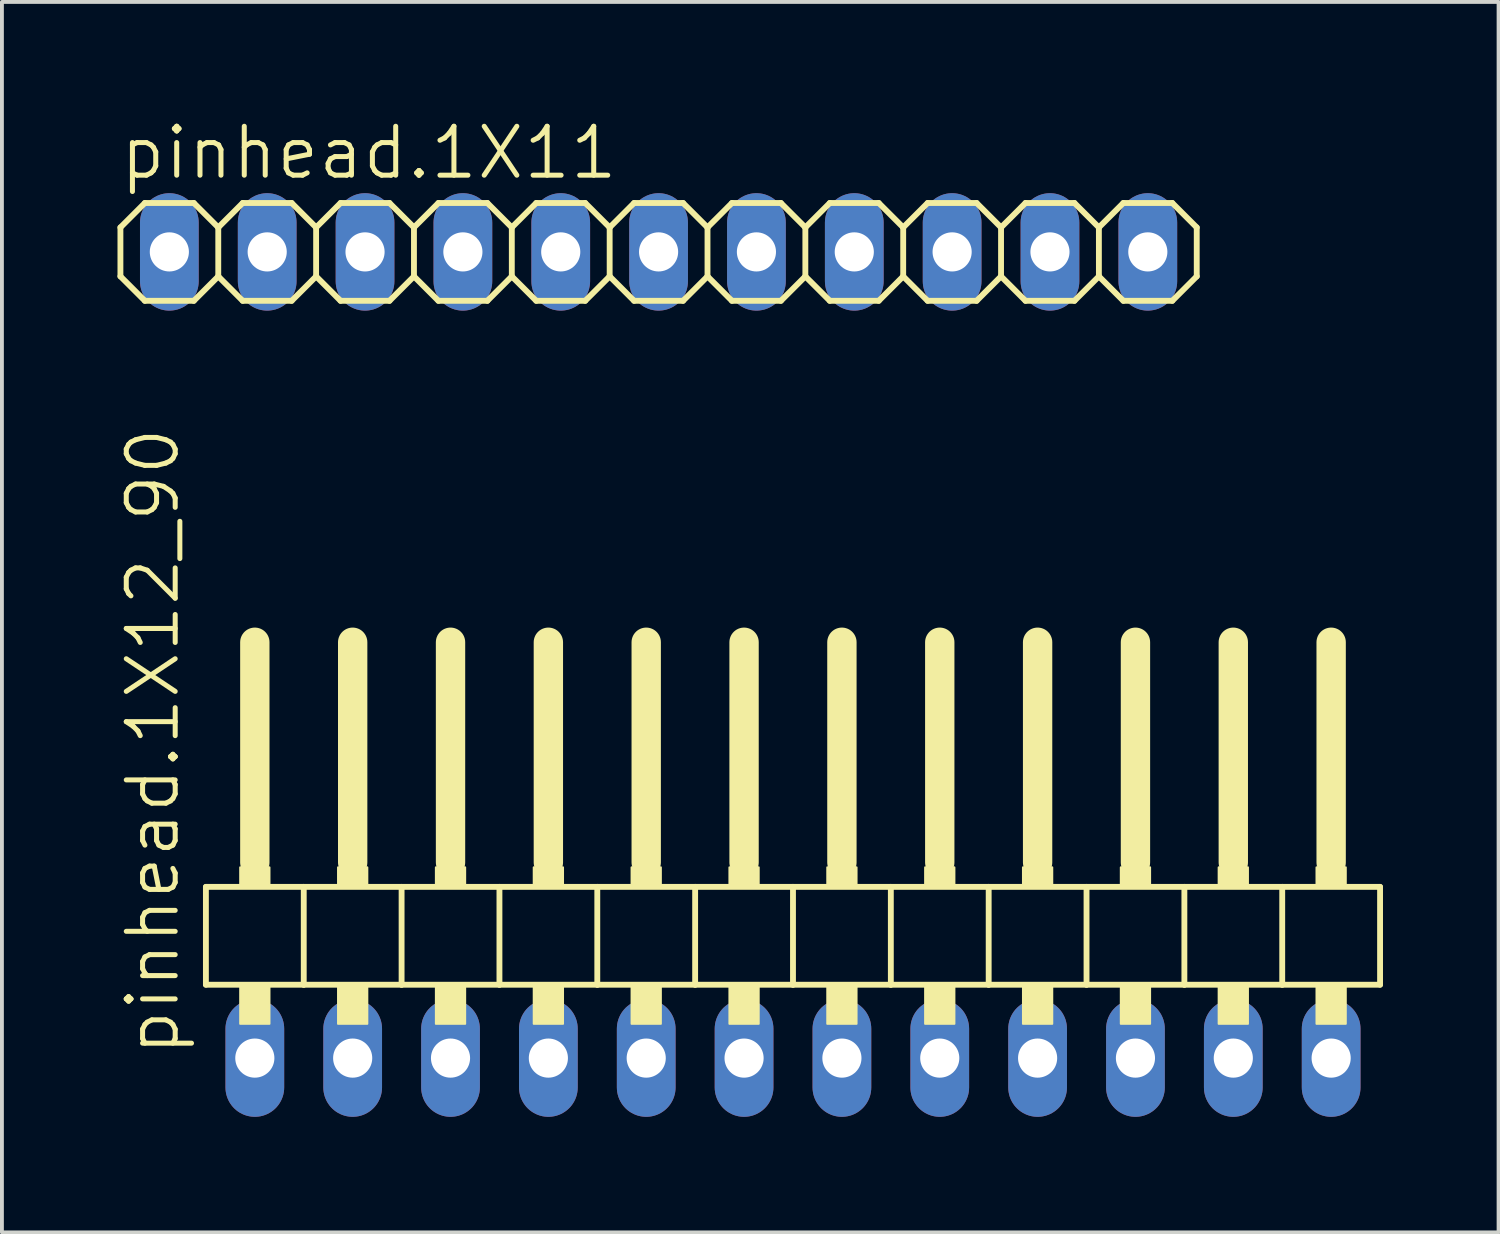
<source format=kicad_pcb>
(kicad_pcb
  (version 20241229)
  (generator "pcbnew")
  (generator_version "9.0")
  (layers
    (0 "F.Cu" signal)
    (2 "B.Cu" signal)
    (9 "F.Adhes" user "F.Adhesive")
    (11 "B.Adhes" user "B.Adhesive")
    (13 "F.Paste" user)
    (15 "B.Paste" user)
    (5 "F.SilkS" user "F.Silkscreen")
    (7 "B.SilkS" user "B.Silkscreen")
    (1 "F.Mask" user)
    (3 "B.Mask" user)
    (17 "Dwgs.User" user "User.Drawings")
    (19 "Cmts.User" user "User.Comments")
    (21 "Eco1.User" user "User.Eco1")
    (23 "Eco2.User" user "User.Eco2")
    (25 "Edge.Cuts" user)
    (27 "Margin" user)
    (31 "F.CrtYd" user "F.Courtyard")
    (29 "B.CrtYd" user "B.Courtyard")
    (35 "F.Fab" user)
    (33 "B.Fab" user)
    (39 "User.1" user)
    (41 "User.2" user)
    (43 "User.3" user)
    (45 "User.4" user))
  (footprint "pinhead.1X11"
    (layer "F.Cu")
    (at 14.046 3.489)
    (property "Reference" "pinhead.1X11" (at -14.046 -1.829 0) (layer "F.SilkS") (effects (font (size 1.27 1.27) (thickness 0.13)) (justify left bottom)))
    (attr through_hole)
    (fp_line (start -13.97 -0.635) (end -13.97 0.635) (stroke (width 0.152) (type default)) (layer "F.SilkS"))
    (fp_line (start -13.97 0.635) (end -13.335 1.27) (stroke (width 0.152) (type default)) (layer "F.SilkS"))
    (fp_line (start -13.335 -1.27) (end -13.97 -0.635) (stroke (width 0.152) (type default)) (layer "F.SilkS"))
    (fp_line (start -13.335 -1.27) (end -12.065 -1.27) (stroke (width 0.152) (type default)) (layer "F.SilkS"))
    (fp_line (start -12.065 -1.27) (end -11.43 -0.635) (stroke (width 0.152) (type default)) (layer "F.SilkS"))
    (fp_line (start -12.065 1.27) (end -13.335 1.27) (stroke (width 0.152) (type default)) (layer "F.SilkS"))
    (fp_line (start -11.43 -0.635) (end -11.43 0.635) (stroke (width 0.152) (type default)) (layer "F.SilkS"))
    (fp_line (start -11.43 -0.635) (end -10.795 -1.27) (stroke (width 0.152) (type default)) (layer "F.SilkS"))
    (fp_line (start -11.43 0.635) (end -12.065 1.27) (stroke (width 0.152) (type default)) (layer "F.SilkS"))
    (fp_line (start -10.795 -1.27) (end -9.525 -1.27) (stroke (width 0.152) (type default)) (layer "F.SilkS"))
    (fp_line (start -10.795 1.27) (end -11.43 0.635) (stroke (width 0.152) (type default)) (layer "F.SilkS"))
    (fp_line (start -9.525 -1.27) (end -8.89 -0.635) (stroke (width 0.152) (type default)) (layer "F.SilkS"))
    (fp_line (start -9.525 1.27) (end -10.795 1.27) (stroke (width 0.152) (type default)) (layer "F.SilkS"))
    (fp_line (start -8.89 -0.635) (end -8.89 0.635) (stroke (width 0.152) (type default)) (layer "F.SilkS"))
    (fp_line (start -8.89 -0.635) (end -8.255 -1.27) (stroke (width 0.152) (type default)) (layer "F.SilkS"))
    (fp_line (start -8.89 0.635) (end -9.525 1.27) (stroke (width 0.152) (type default)) (layer "F.SilkS"))
    (fp_line (start -8.255 -1.27) (end -6.985 -1.27) (stroke (width 0.152) (type default)) (layer "F.SilkS"))
    (fp_line (start -8.255 1.27) (end -8.89 0.635) (stroke (width 0.152) (type default)) (layer "F.SilkS"))
    (fp_line (start -6.985 -1.27) (end -6.35 -0.635) (stroke (width 0.152) (type default)) (layer "F.SilkS"))
    (fp_line (start -6.985 1.27) (end -8.255 1.27) (stroke (width 0.152) (type default)) (layer "F.SilkS"))
    (fp_line (start -6.35 -0.635) (end -6.35 0.635) (stroke (width 0.152) (type default)) (layer "F.SilkS"))
    (fp_line (start -6.35 0.635) (end -6.985 1.27) (stroke (width 0.152) (type default)) (layer "F.SilkS"))
    (fp_line (start -6.35 0.635) (end -5.715 1.27) (stroke (width 0.152) (type default)) (layer "F.SilkS"))
    (fp_line (start -5.715 -1.27) (end -6.35 -0.635) (stroke (width 0.152) (type default)) (layer "F.SilkS"))
    (fp_line (start -5.715 -1.27) (end -4.445 -1.27) (stroke (width 0.152) (type default)) (layer "F.SilkS"))
    (fp_line (start -4.445 -1.27) (end -3.81 -0.635) (stroke (width 0.152) (type default)) (layer "F.SilkS"))
    (fp_line (start -4.445 1.27) (end -5.715 1.27) (stroke (width 0.152) (type default)) (layer "F.SilkS"))
    (fp_line (start -3.81 -0.635) (end -3.81 0.635) (stroke (width 0.152) (type default)) (layer "F.SilkS"))
    (fp_line (start -3.81 -0.635) (end -3.175 -1.27) (stroke (width 0.152) (type default)) (layer "F.SilkS"))
    (fp_line (start -3.81 0.635) (end -4.445 1.27) (stroke (width 0.152) (type default)) (layer "F.SilkS"))
    (fp_line (start -3.175 -1.27) (end -1.905 -1.27) (stroke (width 0.152) (type default)) (layer "F.SilkS"))
    (fp_line (start -3.175 1.27) (end -3.81 0.635) (stroke (width 0.152) (type default)) (layer "F.SilkS"))
    (fp_line (start -1.905 -1.27) (end -1.27 -0.635) (stroke (width 0.152) (type default)) (layer "F.SilkS"))
    (fp_line (start -1.905 1.27) (end -3.175 1.27) (stroke (width 0.152) (type default)) (layer "F.SilkS"))
    (fp_line (start -1.27 -0.635) (end -1.27 0.635) (stroke (width 0.152) (type default)) (layer "F.SilkS"))
    (fp_line (start -1.27 -0.635) (end -0.635 -1.27) (stroke (width 0.152) (type default)) (layer "F.SilkS"))
    (fp_line (start -1.27 0.635) (end -1.905 1.27) (stroke (width 0.152) (type default)) (layer "F.SilkS"))
    (fp_line (start -0.635 -1.27) (end 0.635 -1.27) (stroke (width 0.152) (type default)) (layer "F.SilkS"))
    (fp_line (start -0.635 1.27) (end -1.27 0.635) (stroke (width 0.152) (type default)) (layer "F.SilkS"))
    (fp_line (start 0.635 -1.27) (end 1.27 -0.635) (stroke (width 0.152) (type default)) (layer "F.SilkS"))
    (fp_line (start 0.635 1.27) (end -0.635 1.27) (stroke (width 0.152) (type default)) (layer "F.SilkS"))
    (fp_line (start 1.27 -0.635) (end 1.27 0.635) (stroke (width 0.152) (type default)) (layer "F.SilkS"))
    (fp_line (start 1.27 0.635) (end 0.635 1.27) (stroke (width 0.152) (type default)) (layer "F.SilkS"))
    (fp_line (start 1.27 0.635) (end 1.905 1.27) (stroke (width 0.152) (type default)) (layer "F.SilkS"))
    (fp_line (start 1.905 -1.27) (end 1.27 -0.635) (stroke (width 0.152) (type default)) (layer "F.SilkS"))
    (fp_line (start 1.905 -1.27) (end 3.175 -1.27) (stroke (width 0.152) (type default)) (layer "F.SilkS"))
    (fp_line (start 3.175 -1.27) (end 3.81 -0.635) (stroke (width 0.152) (type default)) (layer "F.SilkS"))
    (fp_line (start 3.175 1.27) (end 1.905 1.27) (stroke (width 0.152) (type default)) (layer "F.SilkS"))
    (fp_line (start 3.81 -0.635) (end 3.81 0.635) (stroke (width 0.152) (type default)) (layer "F.SilkS"))
    (fp_line (start 3.81 -0.635) (end 4.445 -1.27) (stroke (width 0.152) (type default)) (layer "F.SilkS"))
    (fp_line (start 3.81 0.635) (end 3.175 1.27) (stroke (width 0.152) (type default)) (layer "F.SilkS"))
    (fp_line (start 4.445 -1.27) (end 5.715 -1.27) (stroke (width 0.152) (type default)) (layer "F.SilkS"))
    (fp_line (start 4.445 1.27) (end 3.81 0.635) (stroke (width 0.152) (type default)) (layer "F.SilkS"))
    (fp_line (start 5.715 -1.27) (end 6.35 -0.635) (stroke (width 0.152) (type default)) (layer "F.SilkS"))
    (fp_line (start 5.715 1.27) (end 4.445 1.27) (stroke (width 0.152) (type default)) (layer "F.SilkS"))
    (fp_line (start 6.35 -0.635) (end 6.35 0.635) (stroke (width 0.152) (type default)) (layer "F.SilkS"))
    (fp_line (start 6.35 -0.635) (end 6.985 -1.27) (stroke (width 0.152) (type default)) (layer "F.SilkS"))
    (fp_line (start 6.35 0.635) (end 5.715 1.27) (stroke (width 0.152) (type default)) (layer "F.SilkS"))
    (fp_line (start 6.985 -1.27) (end 8.255 -1.27) (stroke (width 0.152) (type default)) (layer "F.SilkS"))
    (fp_line (start 6.985 1.27) (end 6.35 0.635) (stroke (width 0.152) (type default)) (layer "F.SilkS"))
    (fp_line (start 8.255 -1.27) (end 8.89 -0.635) (stroke (width 0.152) (type default)) (layer "F.SilkS"))
    (fp_line (start 8.255 1.27) (end 6.985 1.27) (stroke (width 0.152) (type default)) (layer "F.SilkS"))
    (fp_line (start 8.89 -0.635) (end 8.89 0.635) (stroke (width 0.152) (type default)) (layer "F.SilkS"))
    (fp_line (start 8.89 0.635) (end 8.255 1.27) (stroke (width 0.152) (type default)) (layer "F.SilkS"))
    (fp_line (start 8.89 0.635) (end 9.525 1.27) (stroke (width 0.152) (type default)) (layer "F.SilkS"))
    (fp_line (start 9.525 -1.27) (end 8.89 -0.635) (stroke (width 0.152) (type default)) (layer "F.SilkS"))
    (fp_line (start 9.525 -1.27) (end 10.795 -1.27) (stroke (width 0.152) (type default)) (layer "F.SilkS"))
    (fp_line (start 10.795 -1.27) (end 11.43 -0.635) (stroke (width 0.152) (type default)) (layer "F.SilkS"))
    (fp_line (start 10.795 1.27) (end 9.525 1.27) (stroke (width 0.152) (type default)) (layer "F.SilkS"))
    (fp_line (start 11.43 -0.635) (end 11.43 0.635) (stroke (width 0.152) (type default)) (layer "F.SilkS"))
    (fp_line (start 11.43 0.635) (end 10.795 1.27) (stroke (width 0.152) (type default)) (layer "F.SilkS"))
    (fp_line (start 11.43 0.635) (end 12.065 1.27) (stroke (width 0.152) (type default)) (layer "F.SilkS"))
    (fp_line (start 12.065 -1.27) (end 11.43 -0.635) (stroke (width 0.152) (type default)) (layer "F.SilkS"))
    (fp_line (start 12.065 -1.27) (end 13.335 -1.27) (stroke (width 0.152) (type default)) (layer "F.SilkS"))
    (fp_line (start 13.335 -1.27) (end 13.97 -0.635) (stroke (width 0.152) (type default)) (layer "F.SilkS"))
    (fp_line (start 13.335 1.27) (end 12.065 1.27) (stroke (width 0.152) (type default)) (layer "F.SilkS"))
    (fp_line (start 13.97 -0.635) (end 13.97 0.635) (stroke (width 0.152) (type default)) (layer "F.SilkS"))
    (fp_line (start 13.97 0.635) (end 13.335 1.27) (stroke (width 0.152) (type default)) (layer "F.SilkS"))
    (fp_rect (start -12.954 0.254) (end -12.446 -0.254) (stroke (width 0.05) (type default)) (fill no) (layer "F.Fab"))
    (fp_rect (start -10.414 0.254) (end -9.906 -0.254) (stroke (width 0.05) (type default)) (fill no) (layer "F.Fab"))
    (fp_rect (start -7.874 0.254) (end -7.366 -0.254) (stroke (width 0.05) (type default)) (fill no) (layer "F.Fab"))
    (fp_rect (start -5.334 0.254) (end -4.826 -0.254) (stroke (width 0.05) (type default)) (fill no) (layer "F.Fab"))
    (fp_rect (start -2.794 0.254) (end -2.286 -0.254) (stroke (width 0.05) (type default)) (fill no) (layer "F.Fab"))
    (fp_rect (start -0.254 0.254) (end 0.254 -0.254) (stroke (width 0.05) (type default)) (fill no) (layer "F.Fab"))
    (fp_rect (start 2.286 0.254) (end 2.794 -0.254) (stroke (width 0.05) (type default)) (fill no) (layer "F.Fab"))
    (fp_rect (start 4.826 0.254) (end 5.334 -0.254) (stroke (width 0.05) (type default)) (fill no) (layer "F.Fab"))
    (fp_rect (start 7.366 0.254) (end 7.874 -0.254) (stroke (width 0.05) (type default)) (fill no) (layer "F.Fab"))
    (fp_rect (start 9.906 0.254) (end 10.414 -0.254) (stroke (width 0.05) (type default)) (fill no) (layer "F.Fab"))
    (fp_rect (start 12.446 0.254) (end 12.954 -0.254) (stroke (width 0.05) (type default)) (fill no) (layer "F.Fab"))
    (pad "1" thru_hole oval (at -12.7 0 90) (size 3.048 1.524) (drill 1.016) (layers "*.Cu" "*.Mask"))
    (pad "2" thru_hole oval (at -10.16 0 90) (size 3.048 1.524) (drill 1.016) (layers "*.Cu" "*.Mask"))
    (pad "3" thru_hole oval (at -7.62 0 90) (size 3.048 1.524) (drill 1.016) (layers "*.Cu" "*.Mask"))
    (pad "4" thru_hole oval (at -5.08 0 90) (size 3.048 1.524) (drill 1.016) (layers "*.Cu" "*.Mask"))
    (pad "5" thru_hole oval (at -2.54 0 90) (size 3.048 1.524) (drill 1.016) (layers "*.Cu" "*.Mask"))
    (pad "6" thru_hole oval (at 0 0 90) (size 3.048 1.524) (drill 1.016) (layers "*.Cu" "*.Mask"))
    (pad "7" thru_hole oval (at 2.54 0 90) (size 3.048 1.524) (drill 1.016) (layers "*.Cu" "*.Mask"))
    (pad "8" thru_hole oval (at 5.08 0 90) (size 3.048 1.524) (drill 1.016) (layers "*.Cu" "*.Mask"))
    (pad "9" thru_hole oval (at 7.62 0 90) (size 3.048 1.524) (drill 1.016) (layers "*.Cu" "*.Mask"))
    (pad "10" thru_hole oval (at 10.16 0 90) (size 3.048 1.524) (drill 1.016) (layers "*.Cu" "*.Mask"))
    (pad "11" thru_hole oval (at 12.7 0 90) (size 3.048 1.524) (drill 1.016) (layers "*.Cu" "*.Mask")))
  (footprint "pinhead.1X12_90"
    (layer "F.Cu")
    (at 17.535 20.607)
    (property "Reference" "pinhead.1X12_90" (at -15.875 3.81 90) (layer "F.SilkS") (effects (font (size 1.27 1.27) (thickness 0.13)) (justify left bottom)))
    (attr through_hole)
    (fp_line (start -15.24 -0.635) (end -15.24 1.905) (stroke (width 0.152) (type default)) (layer "F.SilkS"))
    (fp_line (start -15.24 1.905) (end -12.7 1.905) (stroke (width 0.152) (type default)) (layer "F.SilkS"))
    (fp_line (start -13.97 -6.985) (end -13.97 -1.27) (stroke (width 0.762) (type default)) (layer "F.SilkS"))
    (fp_line (start -12.7 -0.635) (end -15.24 -0.635) (stroke (width 0.152) (type default)) (layer "F.SilkS"))
    (fp_line (start -12.7 1.905) (end -12.7 -0.635) (stroke (width 0.152) (type default)) (layer "F.SilkS"))
    (fp_line (start -12.7 1.905) (end -10.16 1.905) (stroke (width 0.152) (type default)) (layer "F.SilkS"))
    (fp_line (start -11.43 -6.985) (end -11.43 -1.27) (stroke (width 0.762) (type default)) (layer "F.SilkS"))
    (fp_line (start -10.16 -0.635) (end -12.7 -0.635) (stroke (width 0.152) (type default)) (layer "F.SilkS"))
    (fp_line (start -10.16 1.905) (end -10.16 -0.635) (stroke (width 0.152) (type default)) (layer "F.SilkS"))
    (fp_line (start -10.16 1.905) (end -7.62 1.905) (stroke (width 0.152) (type default)) (layer "F.SilkS"))
    (fp_line (start -8.89 -6.985) (end -8.89 -1.27) (stroke (width 0.762) (type default)) (layer "F.SilkS"))
    (fp_line (start -7.62 -0.635) (end -10.16 -0.635) (stroke (width 0.152) (type default)) (layer "F.SilkS"))
    (fp_line (start -7.62 1.905) (end -7.62 -0.635) (stroke (width 0.152) (type default)) (layer "F.SilkS"))
    (fp_line (start -7.62 1.905) (end -5.08 1.905) (stroke (width 0.152) (type default)) (layer "F.SilkS"))
    (fp_line (start -6.35 -6.985) (end -6.35 -1.27) (stroke (width 0.762) (type default)) (layer "F.SilkS"))
    (fp_line (start -5.08 -0.635) (end -7.62 -0.635) (stroke (width 0.152) (type default)) (layer "F.SilkS"))
    (fp_line (start -5.08 1.905) (end -5.08 -0.635) (stroke (width 0.152) (type default)) (layer "F.SilkS"))
    (fp_line (start -5.08 1.905) (end -2.54 1.905) (stroke (width 0.152) (type default)) (layer "F.SilkS"))
    (fp_line (start -3.81 -6.985) (end -3.81 -1.27) (stroke (width 0.762) (type default)) (layer "F.SilkS"))
    (fp_line (start -2.54 -0.635) (end -5.08 -0.635) (stroke (width 0.152) (type default)) (layer "F.SilkS"))
    (fp_line (start -2.54 1.905) (end -2.54 -0.635) (stroke (width 0.152) (type default)) (layer "F.SilkS"))
    (fp_line (start -2.54 1.905) (end 0 1.905) (stroke (width 0.152) (type default)) (layer "F.SilkS"))
    (fp_line (start -1.27 -6.985) (end -1.27 -1.27) (stroke (width 0.762) (type default)) (layer "F.SilkS"))
    (fp_line (start 0 -0.635) (end -2.54 -0.635) (stroke (width 0.152) (type default)) (layer "F.SilkS"))
    (fp_line (start 0 1.905) (end 0 -0.635) (stroke (width 0.152) (type default)) (layer "F.SilkS"))
    (fp_line (start 0 1.905) (end 2.54 1.905) (stroke (width 0.152) (type default)) (layer "F.SilkS"))
    (fp_line (start 1.27 -6.985) (end 1.27 -1.27) (stroke (width 0.762) (type default)) (layer "F.SilkS"))
    (fp_line (start 2.54 -0.635) (end 0 -0.635) (stroke (width 0.152) (type default)) (layer "F.SilkS"))
    (fp_line (start 2.54 1.905) (end 2.54 -0.635) (stroke (width 0.152) (type default)) (layer "F.SilkS"))
    (fp_line (start 2.54 1.905) (end 5.08 1.905) (stroke (width 0.152) (type default)) (layer "F.SilkS"))
    (fp_line (start 3.81 -6.985) (end 3.81 -1.27) (stroke (width 0.762) (type default)) (layer "F.SilkS"))
    (fp_line (start 5.08 -0.635) (end 2.54 -0.635) (stroke (width 0.152) (type default)) (layer "F.SilkS"))
    (fp_line (start 5.08 1.905) (end 5.08 -0.635) (stroke (width 0.152) (type default)) (layer "F.SilkS"))
    (fp_line (start 5.08 1.905) (end 7.62 1.905) (stroke (width 0.152) (type default)) (layer "F.SilkS"))
    (fp_line (start 6.35 -6.985) (end 6.35 -1.27) (stroke (width 0.762) (type default)) (layer "F.SilkS"))
    (fp_line (start 7.62 -0.635) (end 5.08 -0.635) (stroke (width 0.152) (type default)) (layer "F.SilkS"))
    (fp_line (start 7.62 1.905) (end 7.62 -0.635) (stroke (width 0.152) (type default)) (layer "F.SilkS"))
    (fp_line (start 7.62 1.905) (end 10.16 1.905) (stroke (width 0.152) (type default)) (layer "F.SilkS"))
    (fp_line (start 8.89 -6.985) (end 8.89 -1.27) (stroke (width 0.762) (type default)) (layer "F.SilkS"))
    (fp_line (start 10.16 -0.635) (end 7.62 -0.635) (stroke (width 0.152) (type default)) (layer "F.SilkS"))
    (fp_line (start 10.16 1.905) (end 10.16 -0.635) (stroke (width 0.152) (type default)) (layer "F.SilkS"))
    (fp_line (start 10.16 1.905) (end 12.7 1.905) (stroke (width 0.152) (type default)) (layer "F.SilkS"))
    (fp_line (start 11.43 -6.985) (end 11.43 -1.27) (stroke (width 0.762) (type default)) (layer "F.SilkS"))
    (fp_line (start 12.7 -0.635) (end 10.16 -0.635) (stroke (width 0.152) (type default)) (layer "F.SilkS"))
    (fp_line (start 12.7 1.905) (end 12.7 -0.635) (stroke (width 0.152) (type default)) (layer "F.SilkS"))
    (fp_line (start 12.7 1.905) (end 15.24 1.905) (stroke (width 0.152) (type default)) (layer "F.SilkS"))
    (fp_line (start 13.97 -6.985) (end 13.97 -1.27) (stroke (width 0.762) (type default)) (layer "F.SilkS"))
    (fp_line (start 15.24 -0.635) (end 12.7 -0.635) (stroke (width 0.152) (type default)) (layer "F.SilkS"))
    (fp_line (start 15.24 1.905) (end 15.24 -0.635) (stroke (width 0.152) (type default)) (layer "F.SilkS"))
    (fp_rect (start -14.351 -0.635) (end -13.589 -1.143) (stroke (width 0.05) (type default)) (fill yes) (layer "F.SilkS"))
    (fp_rect (start -14.351 2.921) (end -13.589 1.905) (stroke (width 0.05) (type default)) (fill yes) (layer "F.SilkS"))
    (fp_rect (start -11.811 -0.635) (end -11.049 -1.143) (stroke (width 0.05) (type default)) (fill yes) (layer "F.SilkS"))
    (fp_rect (start -11.811 2.921) (end -11.049 1.905) (stroke (width 0.05) (type default)) (fill yes) (layer "F.SilkS"))
    (fp_rect (start -9.271 -0.635) (end -8.509 -1.143) (stroke (width 0.05) (type default)) (fill yes) (layer "F.SilkS"))
    (fp_rect (start -9.271 2.921) (end -8.509 1.905) (stroke (width 0.05) (type default)) (fill yes) (layer "F.SilkS"))
    (fp_rect (start -6.731 -0.635) (end -5.969 -1.143) (stroke (width 0.05) (type default)) (fill yes) (layer "F.SilkS"))
    (fp_rect (start -6.731 2.921) (end -5.969 1.905) (stroke (width 0.05) (type default)) (fill yes) (layer "F.SilkS"))
    (fp_rect (start -4.191 -0.635) (end -3.429 -1.143) (stroke (width 0.05) (type default)) (fill yes) (layer "F.SilkS"))
    (fp_rect (start -4.191 2.921) (end -3.429 1.905) (stroke (width 0.05) (type default)) (fill yes) (layer "F.SilkS"))
    (fp_rect (start -1.651 -0.635) (end -0.889 -1.143) (stroke (width 0.05) (type default)) (fill yes) (layer "F.SilkS"))
    (fp_rect (start -1.651 2.921) (end -0.889 1.905) (stroke (width 0.05) (type default)) (fill yes) (layer "F.SilkS"))
    (fp_rect (start 0.889 -0.635) (end 1.651 -1.143) (stroke (width 0.05) (type default)) (fill yes) (layer "F.SilkS"))
    (fp_rect (start 0.889 2.921) (end 1.651 1.905) (stroke (width 0.05) (type default)) (fill yes) (layer "F.SilkS"))
    (fp_rect (start 3.429 -0.635) (end 4.191 -1.143) (stroke (width 0.05) (type default)) (fill yes) (layer "F.SilkS"))
    (fp_rect (start 3.429 2.921) (end 4.191 1.905) (stroke (width 0.05) (type default)) (fill yes) (layer "F.SilkS"))
    (fp_rect (start 5.969 -0.635) (end 6.731 -1.143) (stroke (width 0.05) (type default)) (fill yes) (layer "F.SilkS"))
    (fp_rect (start 5.969 2.921) (end 6.731 1.905) (stroke (width 0.05) (type default)) (fill yes) (layer "F.SilkS"))
    (fp_rect (start 8.509 -0.635) (end 9.271 -1.143) (stroke (width 0.05) (type default)) (fill yes) (layer "F.SilkS"))
    (fp_rect (start 8.509 2.921) (end 9.271 1.905) (stroke (width 0.05) (type default)) (fill yes) (layer "F.SilkS"))
    (fp_rect (start 11.049 -0.635) (end 11.811 -1.143) (stroke (width 0.05) (type default)) (fill yes) (layer "F.SilkS"))
    (fp_rect (start 11.049 2.921) (end 11.811 1.905) (stroke (width 0.05) (type default)) (fill yes) (layer "F.SilkS"))
    (fp_rect (start 13.589 -0.635) (end 14.351 -1.143) (stroke (width 0.05) (type default)) (fill yes) (layer "F.SilkS"))
    (fp_rect (start 13.589 2.921) (end 14.351 1.905) (stroke (width 0.05) (type default)) (fill yes) (layer "F.SilkS"))
    (pad "1" thru_hole oval (at -13.97 3.81 90) (size 3.048 1.524) (drill 1.016) (layers "*.Cu" "*.Mask"))
    (pad "2" thru_hole oval (at -11.43 3.81 90) (size 3.048 1.524) (drill 1.016) (layers "*.Cu" "*.Mask"))
    (pad "3" thru_hole oval (at -8.89 3.81 90) (size 3.048 1.524) (drill 1.016) (layers "*.Cu" "*.Mask"))
    (pad "4" thru_hole oval (at -6.35 3.81 90) (size 3.048 1.524) (drill 1.016) (layers "*.Cu" "*.Mask"))
    (pad "5" thru_hole oval (at -3.81 3.81 90) (size 3.048 1.524) (drill 1.016) (layers "*.Cu" "*.Mask"))
    (pad "6" thru_hole oval (at -1.27 3.81 90) (size 3.048 1.524) (drill 1.016) (layers "*.Cu" "*.Mask"))
    (pad "7" thru_hole oval (at 1.27 3.81 90) (size 3.048 1.524) (drill 1.016) (layers "*.Cu" "*.Mask"))
    (pad "8" thru_hole oval (at 3.81 3.81 90) (size 3.048 1.524) (drill 1.016) (layers "*.Cu" "*.Mask"))
    (pad "9" thru_hole oval (at 6.35 3.81 90) (size 3.048 1.524) (drill 1.016) (layers "*.Cu" "*.Mask"))
    (pad "10" thru_hole oval (at 8.89 3.81 90) (size 3.048 1.524) (drill 1.016) (layers "*.Cu" "*.Mask"))
    (pad "11" thru_hole oval (at 11.43 3.81 90) (size 3.048 1.524) (drill 1.016) (layers "*.Cu" "*.Mask"))
    (pad "12" thru_hole oval (at 13.97 3.81 90) (size 3.048 1.524) (drill 1.016) (layers "*.Cu" "*.Mask")))
  (gr_rect
    (start -3 -3)
    (end 35.851 28.941)
    (stroke (width 0.1) (type default))
    (fill no)
    (layer "Edge.Cuts")))
</source>
